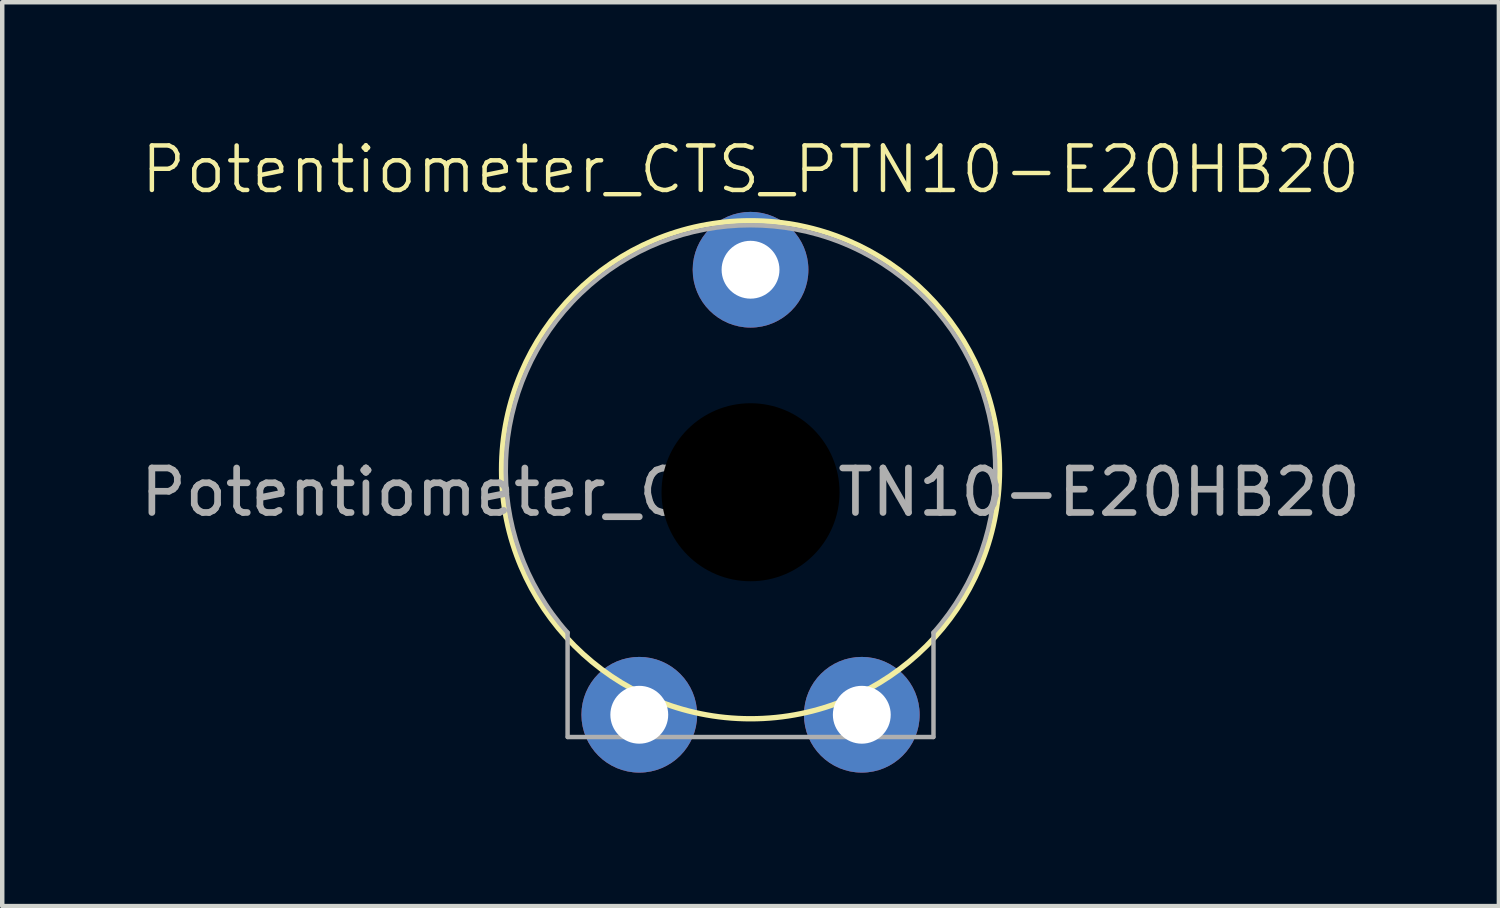
<source format=kicad_pcb>
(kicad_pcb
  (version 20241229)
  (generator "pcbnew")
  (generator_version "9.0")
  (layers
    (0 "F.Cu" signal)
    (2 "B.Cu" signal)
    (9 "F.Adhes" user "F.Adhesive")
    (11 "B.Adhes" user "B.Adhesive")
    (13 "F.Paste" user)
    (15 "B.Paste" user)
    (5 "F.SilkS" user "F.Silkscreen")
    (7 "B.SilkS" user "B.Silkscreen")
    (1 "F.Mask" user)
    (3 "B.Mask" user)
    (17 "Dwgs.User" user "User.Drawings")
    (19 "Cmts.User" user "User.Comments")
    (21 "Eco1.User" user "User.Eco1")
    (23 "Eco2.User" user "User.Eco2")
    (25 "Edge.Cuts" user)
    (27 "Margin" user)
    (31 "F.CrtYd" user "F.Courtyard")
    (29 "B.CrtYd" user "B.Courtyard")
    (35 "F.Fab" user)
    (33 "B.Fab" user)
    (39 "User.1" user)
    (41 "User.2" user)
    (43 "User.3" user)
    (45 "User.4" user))
  (footprint "Potentiometer_CTS_PTN10-E20HB20"
    (layer "F.Cu")
    (at 13.815 8.011)
    (property "Reference" "Potentiometer_CTS_PTN10-E20HB20" (at 0 -7.25 0) (unlocked yes) (layer "F.SilkS") (effects (font (size 1 1) (thickness 0.1))))
    (attr through_hole)
    (fp_circle (center 0 -0.505) (end 5.595 -0.505) (stroke (width 0.12) (type default)) (fill no) (layer "F.SilkS"))
    (fp_line (start -4.111 3.154) (end -4.111 5.5) (stroke (width 0.1) (type default)) (layer "F.Fab"))
    (fp_line (start -4.105 5.5) (end 4.105 5.5) (stroke (width 0.1) (type default)) (layer "F.Fab"))
    (fp_line (start 4.111 3.154) (end 4.111 5.5) (stroke (width 0.1) (type default)) (layer "F.Fab"))
    (fp_arc (start -4.110752 3.154001) (mid 0 -6) (end 4.110752 3.154001) (stroke (width 0.1) (type default)) (layer "F.Fab"))
    (fp_text user "${REFERENCE}" (at 0 0 0) (unlocked yes) (layer "F.Fab") (effects (font (size 1 1) (thickness 0.15))))
    (pad "" np_thru_hole circle (at 0 0) (size 4 4) (drill 4) (layers "*.Mask"))
    (pad "1" thru_hole circle (at -2.5 5) (size 2.6 2.6) (drill 1.3) (layers "*.Cu" "*.Mask"))
    (pad "2" thru_hole circle (at 0 -5) (size 2.6 2.6) (drill 1.3) (layers "*.Cu" "*.Mask"))
    (pad "3" thru_hole circle (at 2.5 5) (size 2.6 2.6) (drill 1.3) (layers "*.Cu" "*.Mask")))
  (gr_rect
    (start -3 -3)
    (end 30.631 17.311)
    (stroke (width 0.1) (type default))
    (fill no)
    (layer "Edge.Cuts")))
</source>
